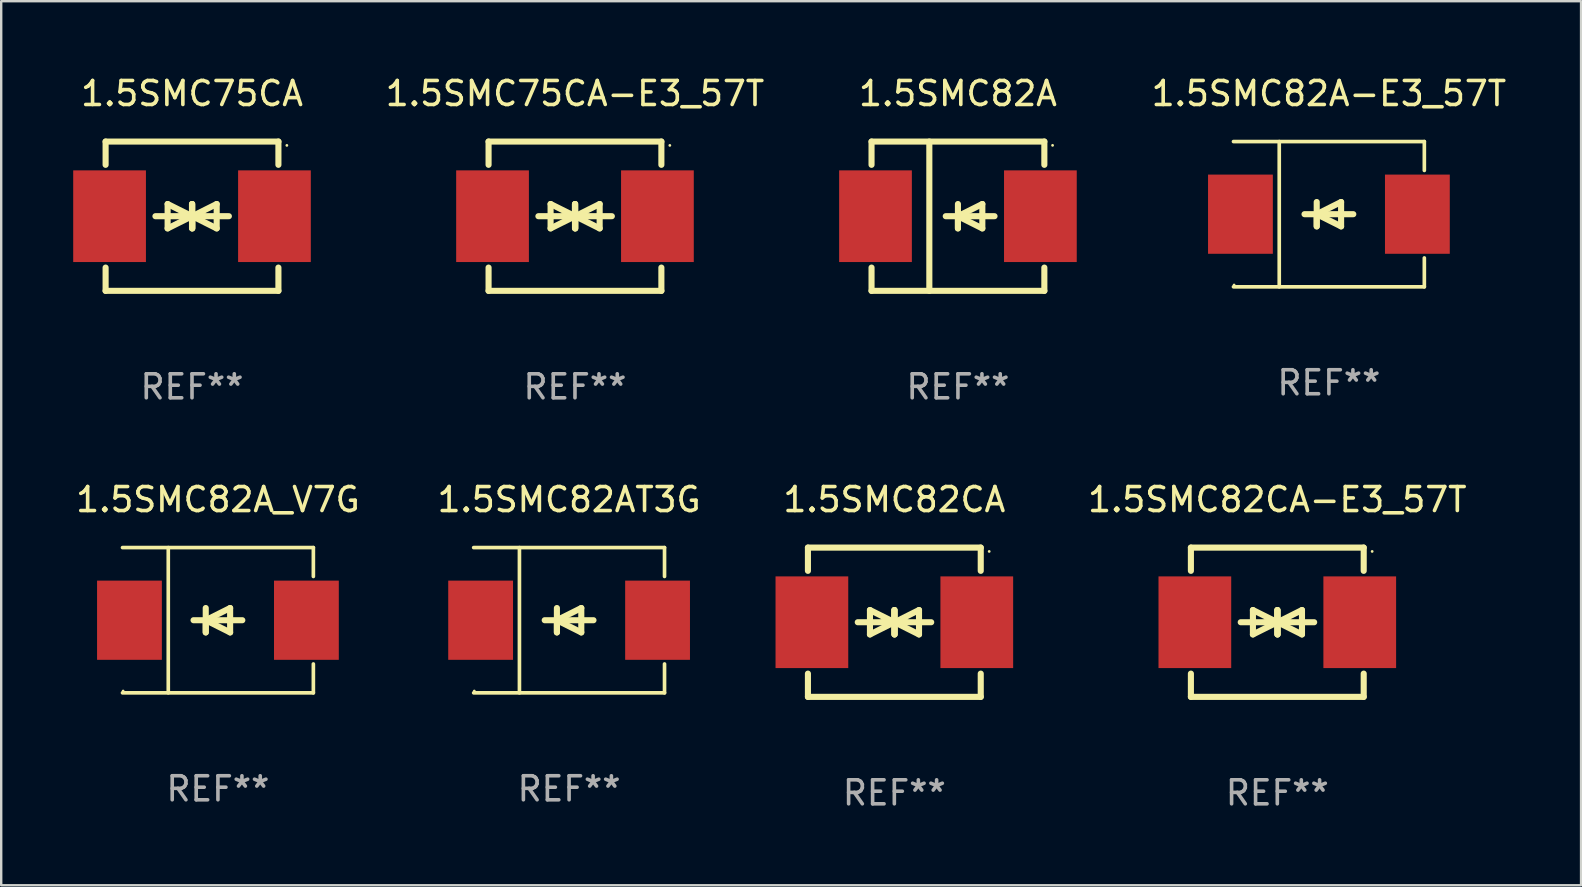
<source format=kicad_pcb>
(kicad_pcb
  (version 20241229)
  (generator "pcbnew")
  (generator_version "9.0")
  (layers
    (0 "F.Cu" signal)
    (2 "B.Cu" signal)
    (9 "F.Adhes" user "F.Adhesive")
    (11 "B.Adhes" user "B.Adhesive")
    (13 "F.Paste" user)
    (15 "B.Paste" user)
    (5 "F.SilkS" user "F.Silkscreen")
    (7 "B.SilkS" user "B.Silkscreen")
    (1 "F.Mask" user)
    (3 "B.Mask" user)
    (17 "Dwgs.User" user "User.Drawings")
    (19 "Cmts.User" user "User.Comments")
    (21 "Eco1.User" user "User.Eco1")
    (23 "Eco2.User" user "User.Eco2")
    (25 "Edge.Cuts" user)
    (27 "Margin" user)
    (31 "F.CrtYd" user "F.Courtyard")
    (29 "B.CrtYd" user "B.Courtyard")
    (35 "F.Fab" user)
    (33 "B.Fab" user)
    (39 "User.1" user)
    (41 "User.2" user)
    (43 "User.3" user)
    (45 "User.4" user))
  (footprint "1.5SMC75CA-E3_57T"
    (layer "F.Cu")
    (at 20.906 5.958)
    (property "Reference" "1.5SMC75CA-E3_57T" (at 0 -5.11 0) (layer "F.SilkS") (effects (font (size 1 1) (thickness 0.15))))
    (attr through_hole)
    (fp_line (start -3.6 -2.141) (end -3.6 -3.11) (stroke (width 0.254) (type solid)) (layer "F.SilkS"))
    (fp_line (start -3.6 3.11) (end -3.6 2.141) (stroke (width 0.254) (type solid)) (layer "F.SilkS"))
    (fp_line (start -1.524 0) (end 0.508 0) (stroke (width 0.254) (type solid)) (layer "F.SilkS"))
    (fp_line (start -1.016 -0.508) (end -1.016 0.508) (stroke (width 0.254) (type solid)) (layer "F.SilkS"))
    (fp_line (start -1.016 0.508) (end 0 0) (stroke (width 0.254) (type solid)) (layer "F.SilkS"))
    (fp_line (start 0 -0.508) (end 0 0.508) (stroke (width 0.254) (type solid)) (layer "F.SilkS"))
    (fp_line (start 0 0) (end -1.016 -0.508) (stroke (width 0.254) (type solid)) (layer "F.SilkS"))
    (fp_line (start 0 0) (end 0 -0.508) (stroke (width 0.254) (type solid)) (layer "F.SilkS"))
    (fp_line (start 0.012 0) (end 0.012 0.508) (stroke (width 0.254) (type solid)) (layer "F.SilkS"))
    (fp_line (start 0.012 0) (end 1.028 0.508) (stroke (width 0.254) (type solid)) (layer "F.SilkS"))
    (fp_line (start 0.012 0.508) (end 0.012 -0.508) (stroke (width 0.254) (type solid)) (layer "F.SilkS"))
    (fp_line (start 1.028 -0.508) (end 0.012 0) (stroke (width 0.254) (type solid)) (layer "F.SilkS"))
    (fp_line (start 1.028 0.508) (end 1.028 -0.508) (stroke (width 0.254) (type solid)) (layer "F.SilkS"))
    (fp_line (start 1.536 0) (end -0.496 0) (stroke (width 0.254) (type solid)) (layer "F.SilkS"))
    (fp_line (start 3.6 -3.11) (end -3.6 -3.11) (stroke (width 0.254) (type solid)) (layer "F.SilkS"))
    (fp_line (start 3.6 -2.141) (end 3.6 -3.11) (stroke (width 0.254) (type solid)) (layer "F.SilkS"))
    (fp_line (start 3.6 3.11) (end -3.6 3.11) (stroke (width 0.254) (type solid)) (layer "F.SilkS"))
    (fp_line (start 3.6 3.11) (end 3.6 2.141) (stroke (width 0.254) (type solid)) (layer "F.SilkS"))
    (fp_circle (center 3.952 -2.95) (end 3.982 -2.95) (stroke (width 0.06) (type solid)) (fill no) (layer "F.SilkS"))
    (fp_text user "REF**" (at 0 7.11 0) (layer "F.Fab") (effects (font (size 1 1) (thickness 0.15))))
    (pad "1" smd rect (at 3.435 0) (size 3.03 3.82) (layers "F.Cu" "F.Mask" "F.Paste"))
    (pad "2" smd rect (at -3.435 0) (size 3.03 3.82) (layers "F.Cu" "F.Mask" "F.Paste")))
  (footprint "1.5SMC82A"
    (layer "F.Cu")
    (at 36.862 5.958)
    (property "Reference" "1.5SMC82A" (at 0 -5.11 0) (layer "F.SilkS") (effects (font (size 1 1) (thickness 0.15))))
    (attr through_hole)
    (fp_line (start -3.6 -3.11) (end -3.6 -2.141) (stroke (width 0.254) (type solid)) (layer "F.SilkS"))
    (fp_line (start -3.6 -3.11) (end 3.6 -3.11) (stroke (width 0.254) (type solid)) (layer "F.SilkS"))
    (fp_line (start -3.6 2.141) (end -3.6 3.11) (stroke (width 0.254) (type solid)) (layer "F.SilkS"))
    (fp_line (start -3.6 3.11) (end 3.6 3.11) (stroke (width 0.254) (type solid)) (layer "F.SilkS"))
    (fp_line (start -1.192 -3.11) (end -1.192 3.11) (stroke (width 0.254) (type solid)) (layer "F.SilkS"))
    (fp_line (start 0 0) (end 0 0.508) (stroke (width 0.254) (type solid)) (layer "F.SilkS"))
    (fp_line (start 0 0) (end 1.016 0.508) (stroke (width 0.254) (type solid)) (layer "F.SilkS"))
    (fp_line (start 0 0.508) (end 0 -0.508) (stroke (width 0.254) (type solid)) (layer "F.SilkS"))
    (fp_line (start 1.016 -0.508) (end 0 0) (stroke (width 0.254) (type solid)) (layer "F.SilkS"))
    (fp_line (start 1.016 0.508) (end 1.016 -0.508) (stroke (width 0.254) (type solid)) (layer "F.SilkS"))
    (fp_line (start 1.524 0) (end -0.508 0) (stroke (width 0.254) (type solid)) (layer "F.SilkS"))
    (fp_line (start 3.6 -3.11) (end 3.6 -2.141) (stroke (width 0.254) (type solid)) (layer "F.SilkS"))
    (fp_line (start 3.6 2.141) (end 3.6 3.11) (stroke (width 0.254) (type solid)) (layer "F.SilkS"))
    (fp_circle (center 3.943 -2.952) (end 3.973 -2.952) (stroke (width 0.06) (type solid)) (fill no) (layer "F.SilkS"))
    (fp_text user "REF**" (at 0 7.11 0) (layer "F.Fab") (effects (font (size 1 1) (thickness 0.15))))
    (pad "1" smd rect (at 3.435 0 180) (size 3.03 3.82) (layers "F.Cu" "F.Mask" "F.Paste"))
    (pad "2" smd rect (at -3.435 0 180) (size 3.03 3.82) (layers "F.Cu" "F.Mask" "F.Paste")))
  (footprint "1.5SMC82A_V7G"
    (layer "F.Cu")
    (at 6.03 22.791)
    (property "Reference" "1.5SMC82A_V7G" (at 0 -5.026 0) (layer "F.SilkS") (effects (font (size 1 1) (thickness 0.15))))
    (attr through_hole)
    (fp_line (start -3.976 -3.026) (end 3.976 -3.026) (stroke (width 0.152) (type solid)) (layer "F.SilkS"))
    (fp_line (start -3.976 3.026) (end 3.976 3.026) (stroke (width 0.152) (type solid)) (layer "F.SilkS"))
    (fp_line (start -2.069 -3.026) (end -2.069 3.026) (stroke (width 0.152) (type solid)) (layer "F.SilkS"))
    (fp_line (start -0.508 0) (end -0.508 0.508) (stroke (width 0.254) (type solid)) (layer "F.SilkS"))
    (fp_line (start -0.508 0) (end 0.508 0.508) (stroke (width 0.254) (type solid)) (layer "F.SilkS"))
    (fp_line (start -0.508 0.508) (end -0.508 -0.508) (stroke (width 0.254) (type solid)) (layer "F.SilkS"))
    (fp_line (start 0.508 -0.508) (end -0.508 0) (stroke (width 0.254) (type solid)) (layer "F.SilkS"))
    (fp_line (start 0.508 0.508) (end 0.508 -0.508) (stroke (width 0.254) (type solid)) (layer "F.SilkS"))
    (fp_line (start 1.016 0) (end -1.016 0) (stroke (width 0.254) (type solid)) (layer "F.SilkS"))
    (fp_line (start 3.976 -3.026) (end 3.976 -1.823) (stroke (width 0.152) (type solid)) (layer "F.SilkS"))
    (fp_line (start 3.976 3.026) (end 3.976 1.823) (stroke (width 0.152) (type solid)) (layer "F.SilkS"))
    (fp_circle (center -3.95 2.95) (end -3.92 2.95) (stroke (width 0.06) (type solid)) (fill no) (layer "F.SilkS"))
    (fp_text user "REF**" (at 0 7.026 0) (layer "F.Fab") (effects (font (size 1 1) (thickness 0.15))))
    (pad "1" smd rect (at -3.686 0) (size 2.7 3.3) (layers "F.Cu" "F.Mask" "F.Paste"))
    (pad "2" smd rect (at 3.686 0) (size 2.7 3.3) (layers "F.Cu" "F.Mask" "F.Paste")))
  (footprint "1.5SMC82CA"
    (layer "F.Cu")
    (at 34.212 22.875)
    (property "Reference" "1.5SMC82CA" (at 0 -5.11 0) (layer "F.SilkS") (effects (font (size 1 1) (thickness 0.15))))
    (attr through_hole)
    (fp_line (start -3.6 -2.141) (end -3.6 -3.11) (stroke (width 0.254) (type solid)) (layer "F.SilkS"))
    (fp_line (start -3.6 3.11) (end -3.6 2.141) (stroke (width 0.254) (type solid)) (layer "F.SilkS"))
    (fp_line (start -1.524 0) (end 0.508 0) (stroke (width 0.254) (type solid)) (layer "F.SilkS"))
    (fp_line (start -1.016 -0.508) (end -1.016 0.508) (stroke (width 0.254) (type solid)) (layer "F.SilkS"))
    (fp_line (start -1.016 0.508) (end 0 0) (stroke (width 0.254) (type solid)) (layer "F.SilkS"))
    (fp_line (start 0 -0.508) (end 0 0.508) (stroke (width 0.254) (type solid)) (layer "F.SilkS"))
    (fp_line (start 0 0) (end -1.016 -0.508) (stroke (width 0.254) (type solid)) (layer "F.SilkS"))
    (fp_line (start 0 0) (end 0 -0.508) (stroke (width 0.254) (type solid)) (layer "F.SilkS"))
    (fp_line (start 0.012 0) (end 0.012 0.508) (stroke (width 0.254) (type solid)) (layer "F.SilkS"))
    (fp_line (start 0.012 0) (end 1.028 0.508) (stroke (width 0.254) (type solid)) (layer "F.SilkS"))
    (fp_line (start 0.012 0.508) (end 0.012 -0.508) (stroke (width 0.254) (type solid)) (layer "F.SilkS"))
    (fp_line (start 1.028 -0.508) (end 0.012 0) (stroke (width 0.254) (type solid)) (layer "F.SilkS"))
    (fp_line (start 1.028 0.508) (end 1.028 -0.508) (stroke (width 0.254) (type solid)) (layer "F.SilkS"))
    (fp_line (start 1.536 0) (end -0.496 0) (stroke (width 0.254) (type solid)) (layer "F.SilkS"))
    (fp_line (start 3.6 -3.11) (end -3.6 -3.11) (stroke (width 0.254) (type solid)) (layer "F.SilkS"))
    (fp_line (start 3.6 -2.141) (end 3.6 -3.11) (stroke (width 0.254) (type solid)) (layer "F.SilkS"))
    (fp_line (start 3.6 3.11) (end -3.6 3.11) (stroke (width 0.254) (type solid)) (layer "F.SilkS"))
    (fp_line (start 3.6 3.11) (end 3.6 2.141) (stroke (width 0.254) (type solid)) (layer "F.SilkS"))
    (fp_circle (center 3.952 -2.95) (end 3.982 -2.95) (stroke (width 0.06) (type solid)) (fill no) (layer "F.SilkS"))
    (fp_text user "REF**" (at 0 7.11 0) (layer "F.Fab") (effects (font (size 1 1) (thickness 0.15))))
    (pad "1" smd rect (at 3.435 0) (size 3.03 3.82) (layers "F.Cu" "F.Mask" "F.Paste"))
    (pad "2" smd rect (at -3.435 0) (size 3.03 3.82) (layers "F.Cu" "F.Mask" "F.Paste")))
  (footprint "1.5SMC82CA-E3_57T"
    (layer "F.Cu")
    (at 50.168 22.875)
    (property "Reference" "1.5SMC82CA-E3_57T" (at 0 -5.11 0) (layer "F.SilkS") (effects (font (size 1 1) (thickness 0.15))))
    (attr through_hole)
    (fp_line (start -3.6 -2.141) (end -3.6 -3.11) (stroke (width 0.254) (type solid)) (layer "F.SilkS"))
    (fp_line (start -3.6 3.11) (end -3.6 2.141) (stroke (width 0.254) (type solid)) (layer "F.SilkS"))
    (fp_line (start -1.524 0) (end 0.508 0) (stroke (width 0.254) (type solid)) (layer "F.SilkS"))
    (fp_line (start -1.016 -0.508) (end -1.016 0.508) (stroke (width 0.254) (type solid)) (layer "F.SilkS"))
    (fp_line (start -1.016 0.508) (end 0 0) (stroke (width 0.254) (type solid)) (layer "F.SilkS"))
    (fp_line (start 0 -0.508) (end 0 0.508) (stroke (width 0.254) (type solid)) (layer "F.SilkS"))
    (fp_line (start 0 0) (end -1.016 -0.508) (stroke (width 0.254) (type solid)) (layer "F.SilkS"))
    (fp_line (start 0 0) (end 0 -0.508) (stroke (width 0.254) (type solid)) (layer "F.SilkS"))
    (fp_line (start 0.012 0) (end 0.012 0.508) (stroke (width 0.254) (type solid)) (layer "F.SilkS"))
    (fp_line (start 0.012 0) (end 1.028 0.508) (stroke (width 0.254) (type solid)) (layer "F.SilkS"))
    (fp_line (start 0.012 0.508) (end 0.012 -0.508) (stroke (width 0.254) (type solid)) (layer "F.SilkS"))
    (fp_line (start 1.028 -0.508) (end 0.012 0) (stroke (width 0.254) (type solid)) (layer "F.SilkS"))
    (fp_line (start 1.028 0.508) (end 1.028 -0.508) (stroke (width 0.254) (type solid)) (layer "F.SilkS"))
    (fp_line (start 1.536 0) (end -0.496 0) (stroke (width 0.254) (type solid)) (layer "F.SilkS"))
    (fp_line (start 3.6 -3.11) (end -3.6 -3.11) (stroke (width 0.254) (type solid)) (layer "F.SilkS"))
    (fp_line (start 3.6 -2.141) (end 3.6 -3.11) (stroke (width 0.254) (type solid)) (layer "F.SilkS"))
    (fp_line (start 3.6 3.11) (end -3.6 3.11) (stroke (width 0.254) (type solid)) (layer "F.SilkS"))
    (fp_line (start 3.6 3.11) (end 3.6 2.141) (stroke (width 0.254) (type solid)) (layer "F.SilkS"))
    (fp_circle (center 3.952 -2.95) (end 3.982 -2.95) (stroke (width 0.06) (type solid)) (fill no) (layer "F.SilkS"))
    (fp_text user "REF**" (at 0 7.11 0) (layer "F.Fab") (effects (font (size 1 1) (thickness 0.15))))
    (pad "1" smd rect (at 3.435 0) (size 3.03 3.82) (layers "F.Cu" "F.Mask" "F.Paste"))
    (pad "2" smd rect (at -3.435 0) (size 3.03 3.82) (layers "F.Cu" "F.Mask" "F.Paste")))
  (footprint "1.5SMC75CA"
    (layer "F.Cu")
    (at 4.95 5.958)
    (property "Reference" "1.5SMC75CA" (at 0 -5.11 0) (layer "F.SilkS") (effects (font (size 1 1) (thickness 0.15))))
    (attr through_hole)
    (fp_line (start -3.6 -2.141) (end -3.6 -3.11) (stroke (width 0.254) (type solid)) (layer "F.SilkS"))
    (fp_line (start -3.6 3.11) (end -3.6 2.141) (stroke (width 0.254) (type solid)) (layer "F.SilkS"))
    (fp_line (start -1.524 0) (end 0.508 0) (stroke (width 0.254) (type solid)) (layer "F.SilkS"))
    (fp_line (start -1.016 -0.508) (end -1.016 0.508) (stroke (width 0.254) (type solid)) (layer "F.SilkS"))
    (fp_line (start -1.016 0.508) (end 0 0) (stroke (width 0.254) (type solid)) (layer "F.SilkS"))
    (fp_line (start 0 -0.508) (end 0 0.508) (stroke (width 0.254) (type solid)) (layer "F.SilkS"))
    (fp_line (start 0 0) (end -1.016 -0.508) (stroke (width 0.254) (type solid)) (layer "F.SilkS"))
    (fp_line (start 0 0) (end 0 -0.508) (stroke (width 0.254) (type solid)) (layer "F.SilkS"))
    (fp_line (start 0.012 0) (end 0.012 0.508) (stroke (width 0.254) (type solid)) (layer "F.SilkS"))
    (fp_line (start 0.012 0) (end 1.028 0.508) (stroke (width 0.254) (type solid)) (layer "F.SilkS"))
    (fp_line (start 0.012 0.508) (end 0.012 -0.508) (stroke (width 0.254) (type solid)) (layer "F.SilkS"))
    (fp_line (start 1.028 -0.508) (end 0.012 0) (stroke (width 0.254) (type solid)) (layer "F.SilkS"))
    (fp_line (start 1.028 0.508) (end 1.028 -0.508) (stroke (width 0.254) (type solid)) (layer "F.SilkS"))
    (fp_line (start 1.536 0) (end -0.496 0) (stroke (width 0.254) (type solid)) (layer "F.SilkS"))
    (fp_line (start 3.6 -3.11) (end -3.6 -3.11) (stroke (width 0.254) (type solid)) (layer "F.SilkS"))
    (fp_line (start 3.6 -2.141) (end 3.6 -3.11) (stroke (width 0.254) (type solid)) (layer "F.SilkS"))
    (fp_line (start 3.6 3.11) (end -3.6 3.11) (stroke (width 0.254) (type solid)) (layer "F.SilkS"))
    (fp_line (start 3.6 3.11) (end 3.6 2.141) (stroke (width 0.254) (type solid)) (layer "F.SilkS"))
    (fp_circle (center 3.952 -2.95) (end 3.982 -2.95) (stroke (width 0.06) (type solid)) (fill no) (layer "F.SilkS"))
    (fp_text user "REF**" (at 0 7.11 0) (layer "F.Fab") (effects (font (size 1 1) (thickness 0.15))))
    (pad "1" smd rect (at 3.435 0) (size 3.03 3.82) (layers "F.Cu" "F.Mask" "F.Paste"))
    (pad "2" smd rect (at -3.435 0) (size 3.03 3.82) (layers "F.Cu" "F.Mask" "F.Paste")))
  (footprint "1.5SMC82A-E3_57T"
    (layer "F.Cu")
    (at 52.318 5.874)
    (property "Reference" "1.5SMC82A-E3_57T" (at 0 -5.026 0) (layer "F.SilkS") (effects (font (size 1 1) (thickness 0.15))))
    (attr through_hole)
    (fp_line (start -3.976 -3.026) (end 3.976 -3.026) (stroke (width 0.152) (type solid)) (layer "F.SilkS"))
    (fp_line (start -3.976 3.026) (end 3.976 3.026) (stroke (width 0.152) (type solid)) (layer "F.SilkS"))
    (fp_line (start -2.069 -3.026) (end -2.069 3.026) (stroke (width 0.152) (type solid)) (layer "F.SilkS"))
    (fp_line (start -0.508 0) (end -0.508 0.508) (stroke (width 0.254) (type solid)) (layer "F.SilkS"))
    (fp_line (start -0.508 0) (end 0.508 0.508) (stroke (width 0.254) (type solid)) (layer "F.SilkS"))
    (fp_line (start -0.508 0.508) (end -0.508 -0.508) (stroke (width 0.254) (type solid)) (layer "F.SilkS"))
    (fp_line (start 0.508 -0.508) (end -0.508 0) (stroke (width 0.254) (type solid)) (layer "F.SilkS"))
    (fp_line (start 0.508 0.508) (end 0.508 -0.508) (stroke (width 0.254) (type solid)) (layer "F.SilkS"))
    (fp_line (start 1.016 0) (end -1.016 0) (stroke (width 0.254) (type solid)) (layer "F.SilkS"))
    (fp_line (start 3.976 -3.026) (end 3.976 -1.823) (stroke (width 0.152) (type solid)) (layer "F.SilkS"))
    (fp_line (start 3.976 3.026) (end 3.976 1.823) (stroke (width 0.152) (type solid)) (layer "F.SilkS"))
    (fp_circle (center -3.95 2.95) (end -3.92 2.95) (stroke (width 0.06) (type solid)) (fill no) (layer "F.SilkS"))
    (fp_text user "REF**" (at 0 7.026 0) (layer "F.Fab") (effects (font (size 1 1) (thickness 0.15))))
    (pad "1" smd rect (at -3.686 0) (size 2.7 3.3) (layers "F.Cu" "F.Mask" "F.Paste"))
    (pad "2" smd rect (at 3.686 0) (size 2.7 3.3) (layers "F.Cu" "F.Mask" "F.Paste")))
  (footprint "1.5SMC82AT3G"
    (layer "F.Cu")
    (at 20.661 22.791)
    (property "Reference" "1.5SMC82AT3G" (at 0 -5.026 0) (layer "F.SilkS") (effects (font (size 1 1) (thickness 0.15))))
    (attr through_hole)
    (fp_line (start -3.976 -3.026) (end 3.976 -3.026) (stroke (width 0.152) (type solid)) (layer "F.SilkS"))
    (fp_line (start -3.976 3.026) (end 3.976 3.026) (stroke (width 0.152) (type solid)) (layer "F.SilkS"))
    (fp_line (start -2.069 -3.026) (end -2.069 3.026) (stroke (width 0.152) (type solid)) (layer "F.SilkS"))
    (fp_line (start -0.508 0) (end -0.508 0.508) (stroke (width 0.254) (type solid)) (layer "F.SilkS"))
    (fp_line (start -0.508 0) (end 0.508 0.508) (stroke (width 0.254) (type solid)) (layer "F.SilkS"))
    (fp_line (start -0.508 0.508) (end -0.508 -0.508) (stroke (width 0.254) (type solid)) (layer "F.SilkS"))
    (fp_line (start 0.508 -0.508) (end -0.508 0) (stroke (width 0.254) (type solid)) (layer "F.SilkS"))
    (fp_line (start 0.508 0.508) (end 0.508 -0.508) (stroke (width 0.254) (type solid)) (layer "F.SilkS"))
    (fp_line (start 1.016 0) (end -1.016 0) (stroke (width 0.254) (type solid)) (layer "F.SilkS"))
    (fp_line (start 3.976 -3.026) (end 3.976 -1.823) (stroke (width 0.152) (type solid)) (layer "F.SilkS"))
    (fp_line (start 3.976 3.026) (end 3.976 1.823) (stroke (width 0.152) (type solid)) (layer "F.SilkS"))
    (fp_circle (center -3.95 2.95) (end -3.92 2.95) (stroke (width 0.06) (type solid)) (fill no) (layer "F.SilkS"))
    (fp_text user "REF**" (at 0 7.026 0) (layer "F.Fab") (effects (font (size 1 1) (thickness 0.15))))
    (pad "1" smd rect (at -3.686 0) (size 2.7 3.3) (layers "F.Cu" "F.Mask" "F.Paste"))
    (pad "2" smd rect (at 3.686 0) (size 2.7 3.3) (layers "F.Cu" "F.Mask" "F.Paste")))
  (gr_rect
    (start -3 -3)
    (end 62.824 33.833)
    (stroke (width 0.1) (type default))
    (fill no)
    (layer "Edge.Cuts")))
</source>
